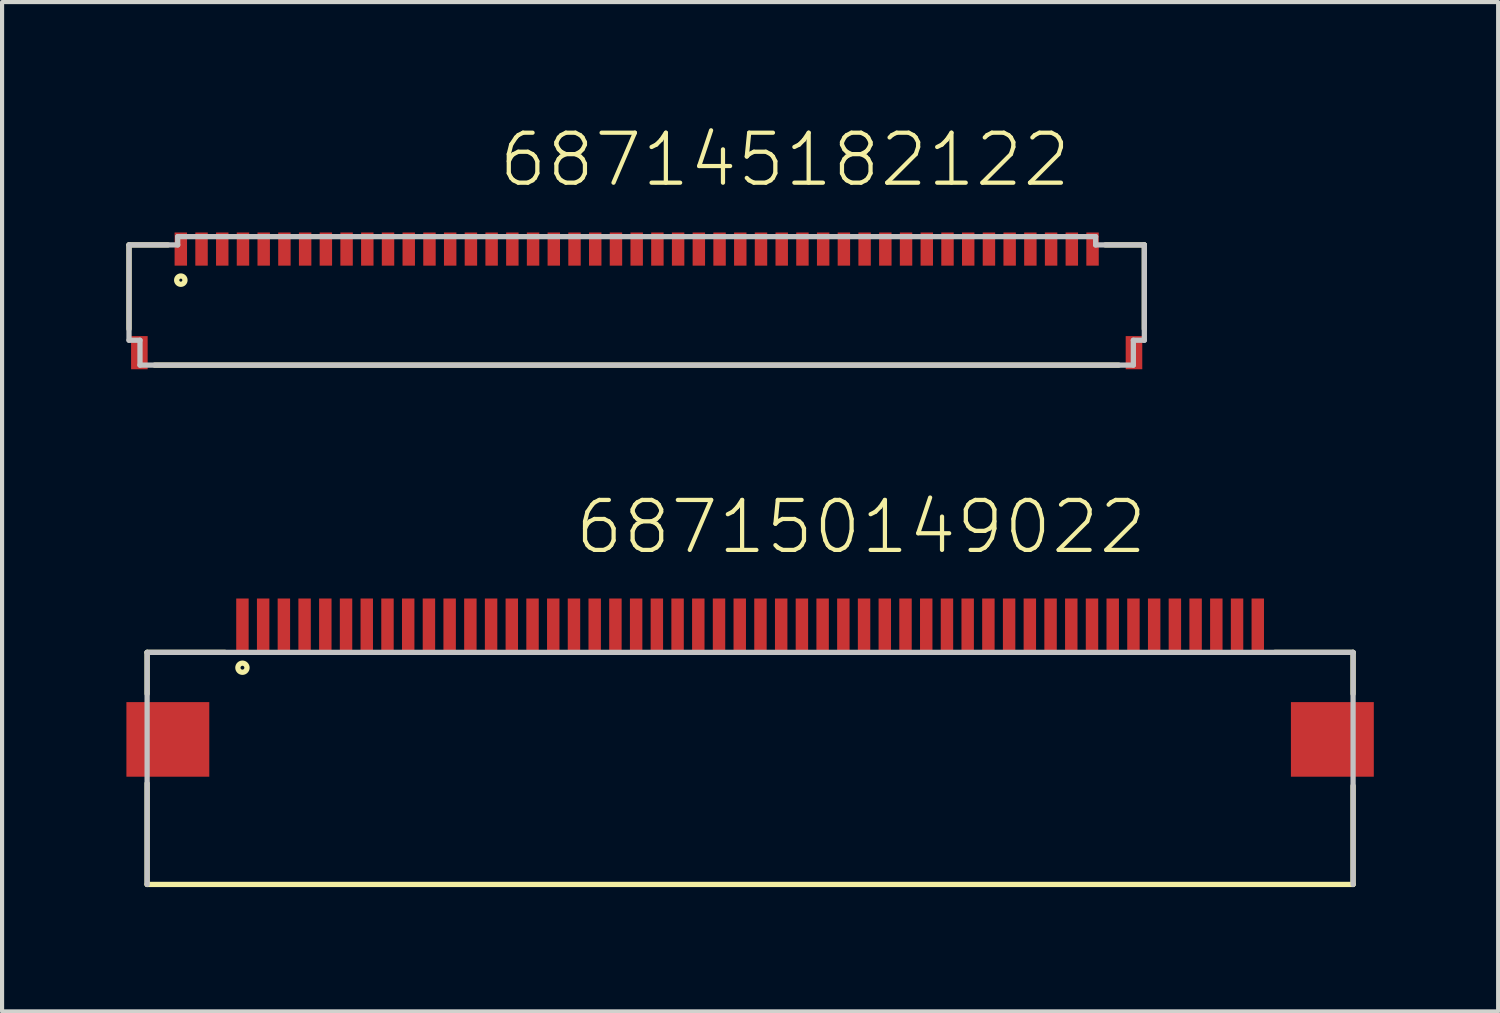
<source format=kicad_pcb>
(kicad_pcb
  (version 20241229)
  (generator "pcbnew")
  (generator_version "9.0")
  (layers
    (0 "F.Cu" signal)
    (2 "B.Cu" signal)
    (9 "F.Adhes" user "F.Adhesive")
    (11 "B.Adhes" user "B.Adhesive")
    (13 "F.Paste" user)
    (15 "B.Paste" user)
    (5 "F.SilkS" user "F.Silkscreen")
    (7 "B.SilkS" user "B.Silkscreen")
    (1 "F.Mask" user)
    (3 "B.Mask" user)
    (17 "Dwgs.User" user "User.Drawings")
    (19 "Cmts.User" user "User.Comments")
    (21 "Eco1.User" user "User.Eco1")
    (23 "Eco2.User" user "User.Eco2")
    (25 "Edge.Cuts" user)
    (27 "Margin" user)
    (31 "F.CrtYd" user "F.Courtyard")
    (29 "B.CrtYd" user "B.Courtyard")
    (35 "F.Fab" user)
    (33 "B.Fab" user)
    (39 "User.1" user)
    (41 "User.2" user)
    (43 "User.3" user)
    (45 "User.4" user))
  (footprint "687150149022"
    (layer "F.Cu")
    (at 15.05 12.042)
    (property "Reference" "687150149022" (at -4.28 -1.67 0) (layer "F.SilkS") (effects (font (size 1.206 1.206) (thickness 0.102)) (justify left bottom)))
    (attr through_hole)
    (fp_line (start -14.55 0.65) (end -14.55 1.65) (stroke (width 0.127) (type solid)) (layer "F.SilkS"))
    (fp_line (start -14.55 3.81) (end -14.55 6.25) (stroke (width 0.127) (type solid)) (layer "F.SilkS"))
    (fp_line (start -12.67 0.65) (end -14.55 0.65) (stroke (width 0.127) (type solid)) (layer "F.SilkS"))
    (fp_line (start 12.66 0.65) (end 14.55 0.65) (stroke (width 0.127) (type solid)) (layer "F.SilkS"))
    (fp_line (start 14.55 0.65) (end 14.55 1.65) (stroke (width 0.127) (type solid)) (layer "F.SilkS"))
    (fp_line (start 14.55 3.87) (end 14.55 6.25) (stroke (width 0.127) (type solid)) (layer "F.SilkS"))
    (fp_line (start 14.55 6.25) (end -14.55 6.25) (stroke (width 0.127) (type solid)) (layer "F.SilkS"))
    (fp_circle (center -12.25 1.02) (end -12.14 1.02) (stroke (width 0.127) (type solid)) (fill no) (layer "F.SilkS"))
    (fp_line (start -14.55 0.65) (end 14.55 0.65) (stroke (width 0.127) (type solid)) (layer "Dwgs.User"))
    (fp_line (start -14.55 6.25) (end -14.55 0.65) (stroke (width 0.127) (type solid)) (layer "Dwgs.User"))
    (fp_line (start 14.55 0.65) (end 14.55 6.25) (stroke (width 0.127) (type solid)) (layer "Dwgs.User"))
    (pad "1" smd rect (at -12.25 0) (size 0.3 1.3) (layers "F.Cu" "F.Mask" "F.Paste"))
    (pad "2" smd rect (at -11.75 0) (size 0.3 1.3) (layers "F.Cu" "F.Mask" "F.Paste"))
    (pad "3" smd rect (at -11.25 0) (size 0.3 1.3) (layers "F.Cu" "F.Mask" "F.Paste"))
    (pad "4" smd rect (at -10.75 0) (size 0.3 1.3) (layers "F.Cu" "F.Mask" "F.Paste"))
    (pad "5" smd rect (at -10.25 0) (size 0.3 1.3) (layers "F.Cu" "F.Mask" "F.Paste"))
    (pad "6" smd rect (at -9.75 0) (size 0.3 1.3) (layers "F.Cu" "F.Mask" "F.Paste"))
    (pad "7" smd rect (at -9.25 0) (size 0.3 1.3) (layers "F.Cu" "F.Mask" "F.Paste"))
    (pad "8" smd rect (at -8.75 0) (size 0.3 1.3) (layers "F.Cu" "F.Mask" "F.Paste"))
    (pad "9" smd rect (at -8.25 0) (size 0.3 1.3) (layers "F.Cu" "F.Mask" "F.Paste"))
    (pad "10" smd rect (at -7.75 0) (size 0.3 1.3) (layers "F.Cu" "F.Mask" "F.Paste"))
    (pad "11" smd rect (at -7.25 0) (size 0.3 1.3) (layers "F.Cu" "F.Mask" "F.Paste"))
    (pad "12" smd rect (at -6.75 0) (size 0.3 1.3) (layers "F.Cu" "F.Mask" "F.Paste"))
    (pad "13" smd rect (at -6.25 0) (size 0.3 1.3) (layers "F.Cu" "F.Mask" "F.Paste"))
    (pad "14" smd rect (at -5.75 0) (size 0.3 1.3) (layers "F.Cu" "F.Mask" "F.Paste"))
    (pad "15" smd rect (at -5.25 0) (size 0.3 1.3) (layers "F.Cu" "F.Mask" "F.Paste"))
    (pad "16" smd rect (at -4.75 0) (size 0.3 1.3) (layers "F.Cu" "F.Mask" "F.Paste"))
    (pad "17" smd rect (at -4.25 0) (size 0.3 1.3) (layers "F.Cu" "F.Mask" "F.Paste"))
    (pad "18" smd rect (at -3.75 0) (size 0.3 1.3) (layers "F.Cu" "F.Mask" "F.Paste"))
    (pad "19" smd rect (at -3.25 0) (size 0.3 1.3) (layers "F.Cu" "F.Mask" "F.Paste"))
    (pad "20" smd rect (at -2.75 0) (size 0.3 1.3) (layers "F.Cu" "F.Mask" "F.Paste"))
    (pad "21" smd rect (at -2.25 0) (size 0.3 1.3) (layers "F.Cu" "F.Mask" "F.Paste"))
    (pad "22" smd rect (at -1.75 0) (size 0.3 1.3) (layers "F.Cu" "F.Mask" "F.Paste"))
    (pad "23" smd rect (at -1.25 0) (size 0.3 1.3) (layers "F.Cu" "F.Mask" "F.Paste"))
    (pad "24" smd rect (at -0.75 0) (size 0.3 1.3) (layers "F.Cu" "F.Mask" "F.Paste"))
    (pad "25" smd rect (at -0.25 0) (size 0.3 1.3) (layers "F.Cu" "F.Mask" "F.Paste"))
    (pad "26" smd rect (at 0.25 0) (size 0.3 1.3) (layers "F.Cu" "F.Mask" "F.Paste"))
    (pad "27" smd rect (at 0.75 0) (size 0.3 1.3) (layers "F.Cu" "F.Mask" "F.Paste"))
    (pad "28" smd rect (at 1.25 0) (size 0.3 1.3) (layers "F.Cu" "F.Mask" "F.Paste"))
    (pad "29" smd rect (at 1.75 0) (size 0.3 1.3) (layers "F.Cu" "F.Mask" "F.Paste"))
    (pad "30" smd rect (at 2.25 0) (size 0.3 1.3) (layers "F.Cu" "F.Mask" "F.Paste"))
    (pad "31" smd rect (at 2.75 0) (size 0.3 1.3) (layers "F.Cu" "F.Mask" "F.Paste"))
    (pad "32" smd rect (at 3.25 0) (size 0.3 1.3) (layers "F.Cu" "F.Mask" "F.Paste"))
    (pad "33" smd rect (at 3.75 0) (size 0.3 1.3) (layers "F.Cu" "F.Mask" "F.Paste"))
    (pad "34" smd rect (at 4.25 0) (size 0.3 1.3) (layers "F.Cu" "F.Mask" "F.Paste"))
    (pad "35" smd rect (at 4.75 0) (size 0.3 1.3) (layers "F.Cu" "F.Mask" "F.Paste"))
    (pad "36" smd rect (at 5.25 0) (size 0.3 1.3) (layers "F.Cu" "F.Mask" "F.Paste"))
    (pad "37" smd rect (at 5.75 0) (size 0.3 1.3) (layers "F.Cu" "F.Mask" "F.Paste"))
    (pad "38" smd rect (at 6.25 0) (size 0.3 1.3) (layers "F.Cu" "F.Mask" "F.Paste"))
    (pad "39" smd rect (at 6.75 0) (size 0.3 1.3) (layers "F.Cu" "F.Mask" "F.Paste"))
    (pad "40" smd rect (at 7.25 0) (size 0.3 1.3) (layers "F.Cu" "F.Mask" "F.Paste"))
    (pad "41" smd rect (at 7.75 0) (size 0.3 1.3) (layers "F.Cu" "F.Mask" "F.Paste"))
    (pad "42" smd rect (at 8.25 0) (size 0.3 1.3) (layers "F.Cu" "F.Mask" "F.Paste"))
    (pad "43" smd rect (at 8.75 0) (size 0.3 1.3) (layers "F.Cu" "F.Mask" "F.Paste"))
    (pad "44" smd rect (at 9.25 0) (size 0.3 1.3) (layers "F.Cu" "F.Mask" "F.Paste"))
    (pad "45" smd rect (at 9.75 0) (size 0.3 1.3) (layers "F.Cu" "F.Mask" "F.Paste"))
    (pad "46" smd rect (at 10.25 0) (size 0.3 1.3) (layers "F.Cu" "F.Mask" "F.Paste"))
    (pad "47" smd rect (at 10.75 0) (size 0.3 1.3) (layers "F.Cu" "F.Mask" "F.Paste"))
    (pad "48" smd rect (at 11.25 0) (size 0.3 1.3) (layers "F.Cu" "F.Mask" "F.Paste"))
    (pad "49" smd rect (at 11.75 0) (size 0.3 1.3) (layers "F.Cu" "F.Mask" "F.Paste"))
    (pad "50" smd rect (at 12.25 0) (size 0.3 1.3) (layers "F.Cu" "F.Mask" "F.Paste"))
    (pad "Z1" smd rect (at -14.05 2.75) (size 2 1.8) (layers "F.Cu" "F.Mask" "F.Paste"))
    (pad "Z2" smd rect (at 14.05 2.75) (size 2 1.8) (layers "F.Cu" "F.Mask" "F.Paste")))
  (footprint "687145182122"
    (layer "F.Cu")
    (at 12.063 4.21)
    (property "Reference" "687145182122" (at -3.133 -2.699 0) (layer "F.SilkS") (effects (font (size 1.206 1.206) (thickness 0.102)) (justify left bottom)))
    (attr through_hole)
    (fp_line (start -12 -1.35) (end -12 0.68) (stroke (width 0.127) (type solid)) (layer "F.SilkS"))
    (fp_line (start -11.38 1.55) (end 11.88 1.55) (stroke (width 0.127) (type solid)) (layer "F.SilkS"))
    (fp_line (start -11.06 -1.35) (end -12 -1.35) (stroke (width 0.127) (type solid)) (layer "F.SilkS"))
    (fp_line (start 12.5 -1.35) (end 11.56 -1.35) (stroke (width 0.127) (type solid)) (layer "F.SilkS"))
    (fp_line (start 12.5 -1.35) (end 12.5 0.68) (stroke (width 0.127) (type solid)) (layer "F.SilkS"))
    (fp_circle (center -10.75 -0.5) (end -10.65 -0.5) (stroke (width 0.127) (type solid)) (fill no) (layer "F.SilkS"))
    (fp_line (start -12 -1.35) (end -12 0.95) (stroke (width 0.127) (type solid)) (layer "Dwgs.User"))
    (fp_line (start -12 -1.35) (end -10.825 -1.35) (stroke (width 0.127) (type solid)) (layer "Dwgs.User"))
    (fp_line (start -12 0.95) (end -11.735 0.95) (stroke (width 0.127) (type solid)) (layer "Dwgs.User"))
    (fp_line (start -11.735 1.55) (end -11.735 0.95) (stroke (width 0.127) (type solid)) (layer "Dwgs.User"))
    (fp_line (start -11.735 1.55) (end 12.235 1.55) (stroke (width 0.127) (type solid)) (layer "Dwgs.User"))
    (fp_line (start -10.825 -1.55) (end -10.825 -1.35) (stroke (width 0.127) (type solid)) (layer "Dwgs.User"))
    (fp_line (start -10.825 -1.55) (end 11.325 -1.55) (stroke (width 0.127) (type solid)) (layer "Dwgs.User"))
    (fp_line (start 11.325 -1.55) (end 11.325 -1.35) (stroke (width 0.127) (type solid)) (layer "Dwgs.User"))
    (fp_line (start 11.325 -1.35) (end 12.5 -1.35) (stroke (width 0.127) (type solid)) (layer "Dwgs.User"))
    (fp_line (start 12.235 0.95) (end 12.5 0.95) (stroke (width 0.127) (type solid)) (layer "Dwgs.User"))
    (fp_line (start 12.235 1.55) (end 12.235 0.95) (stroke (width 0.127) (type solid)) (layer "Dwgs.User"))
    (fp_line (start 12.5 -1.35) (end 12.5 0.95) (stroke (width 0.127) (type solid)) (layer "Dwgs.User"))
    (pad "1" smd rect (at -10.75 -1.25 90) (size 0.8 0.3) (layers "F.Cu" "F.Mask" "F.Paste"))
    (pad "2" smd rect (at -10.25 -1.25 90) (size 0.8 0.3) (layers "F.Cu" "F.Mask" "F.Paste"))
    (pad "3" smd rect (at -9.75 -1.25 90) (size 0.8 0.3) (layers "F.Cu" "F.Mask" "F.Paste"))
    (pad "4" smd rect (at -9.25 -1.25 90) (size 0.8 0.3) (layers "F.Cu" "F.Mask" "F.Paste"))
    (pad "5" smd rect (at -8.75 -1.25 90) (size 0.8 0.3) (layers "F.Cu" "F.Mask" "F.Paste"))
    (pad "6" smd rect (at -8.25 -1.25 90) (size 0.8 0.3) (layers "F.Cu" "F.Mask" "F.Paste"))
    (pad "7" smd rect (at -7.75 -1.25 90) (size 0.8 0.3) (layers "F.Cu" "F.Mask" "F.Paste"))
    (pad "8" smd rect (at -7.25 -1.25 90) (size 0.8 0.3) (layers "F.Cu" "F.Mask" "F.Paste"))
    (pad "9" smd rect (at -6.75 -1.25 90) (size 0.8 0.3) (layers "F.Cu" "F.Mask" "F.Paste"))
    (pad "10" smd rect (at -6.25 -1.25 90) (size 0.8 0.3) (layers "F.Cu" "F.Mask" "F.Paste"))
    (pad "11" smd rect (at -5.75 -1.25 90) (size 0.8 0.3) (layers "F.Cu" "F.Mask" "F.Paste"))
    (pad "12" smd rect (at -5.25 -1.25 90) (size 0.8 0.3) (layers "F.Cu" "F.Mask" "F.Paste"))
    (pad "13" smd rect (at -4.75 -1.25 90) (size 0.8 0.3) (layers "F.Cu" "F.Mask" "F.Paste"))
    (pad "14" smd rect (at -4.25 -1.25 90) (size 0.8 0.3) (layers "F.Cu" "F.Mask" "F.Paste"))
    (pad "15" smd rect (at -3.75 -1.25 90) (size 0.8 0.3) (layers "F.Cu" "F.Mask" "F.Paste"))
    (pad "16" smd rect (at -3.25 -1.25 90) (size 0.8 0.3) (layers "F.Cu" "F.Mask" "F.Paste"))
    (pad "17" smd rect (at -2.75 -1.25 90) (size 0.8 0.3) (layers "F.Cu" "F.Mask" "F.Paste"))
    (pad "18" smd rect (at -2.25 -1.25 90) (size 0.8 0.3) (layers "F.Cu" "F.Mask" "F.Paste"))
    (pad "19" smd rect (at -1.75 -1.25 90) (size 0.8 0.3) (layers "F.Cu" "F.Mask" "F.Paste"))
    (pad "20" smd rect (at -1.25 -1.25 90) (size 0.8 0.3) (layers "F.Cu" "F.Mask" "F.Paste"))
    (pad "21" smd rect (at -0.75 -1.25 90) (size 0.8 0.3) (layers "F.Cu" "F.Mask" "F.Paste"))
    (pad "22" smd rect (at -0.25 -1.25 90) (size 0.8 0.3) (layers "F.Cu" "F.Mask" "F.Paste"))
    (pad "23" smd rect (at 0.25 -1.25 90) (size 0.8 0.3) (layers "F.Cu" "F.Mask" "F.Paste"))
    (pad "24" smd rect (at 0.75 -1.25 90) (size 0.8 0.3) (layers "F.Cu" "F.Mask" "F.Paste"))
    (pad "25" smd rect (at 1.25 -1.25 90) (size 0.8 0.3) (layers "F.Cu" "F.Mask" "F.Paste"))
    (pad "26" smd rect (at 1.75 -1.25 90) (size 0.8 0.3) (layers "F.Cu" "F.Mask" "F.Paste"))
    (pad "27" smd rect (at 2.25 -1.25 90) (size 0.8 0.3) (layers "F.Cu" "F.Mask" "F.Paste"))
    (pad "28" smd rect (at 2.75 -1.25 90) (size 0.8 0.3) (layers "F.Cu" "F.Mask" "F.Paste"))
    (pad "29" smd rect (at 3.25 -1.25 90) (size 0.8 0.3) (layers "F.Cu" "F.Mask" "F.Paste"))
    (pad "30" smd rect (at 3.75 -1.25 90) (size 0.8 0.3) (layers "F.Cu" "F.Mask" "F.Paste"))
    (pad "31" smd rect (at 4.25 -1.25 90) (size 0.8 0.3) (layers "F.Cu" "F.Mask" "F.Paste"))
    (pad "32" smd rect (at 4.75 -1.25 90) (size 0.8 0.3) (layers "F.Cu" "F.Mask" "F.Paste"))
    (pad "33" smd rect (at 5.25 -1.25 90) (size 0.8 0.3) (layers "F.Cu" "F.Mask" "F.Paste"))
    (pad "34" smd rect (at 5.75 -1.25 90) (size 0.8 0.3) (layers "F.Cu" "F.Mask" "F.Paste"))
    (pad "35" smd rect (at 6.25 -1.25 90) (size 0.8 0.3) (layers "F.Cu" "F.Mask" "F.Paste"))
    (pad "36" smd rect (at 6.75 -1.25 90) (size 0.8 0.3) (layers "F.Cu" "F.Mask" "F.Paste"))
    (pad "37" smd rect (at 7.25 -1.25 90) (size 0.8 0.3) (layers "F.Cu" "F.Mask" "F.Paste"))
    (pad "38" smd rect (at 7.75 -1.25 90) (size 0.8 0.3) (layers "F.Cu" "F.Mask" "F.Paste"))
    (pad "39" smd rect (at 8.25 -1.25 90) (size 0.8 0.3) (layers "F.Cu" "F.Mask" "F.Paste"))
    (pad "40" smd rect (at 8.75 -1.25 90) (size 0.8 0.3) (layers "F.Cu" "F.Mask" "F.Paste"))
    (pad "41" smd rect (at 9.25 -1.25 90) (size 0.8 0.3) (layers "F.Cu" "F.Mask" "F.Paste"))
    (pad "42" smd rect (at 9.75 -1.25 90) (size 0.8 0.3) (layers "F.Cu" "F.Mask" "F.Paste"))
    (pad "43" smd rect (at 10.25 -1.25 90) (size 0.8 0.3) (layers "F.Cu" "F.Mask" "F.Paste"))
    (pad "44" smd rect (at 10.75 -1.25 90) (size 0.8 0.3) (layers "F.Cu" "F.Mask" "F.Paste"))
    (pad "45" smd rect (at 11.25 -1.25 90) (size 0.8 0.3) (layers "F.Cu" "F.Mask" "F.Paste"))
    (pad "Z1" smd rect (at -11.75 1.25 90) (size 0.8 0.4) (layers "F.Cu" "F.Mask" "F.Paste"))
    (pad "Z2" smd rect (at 12.25 1.25 90) (size 0.8 0.4) (layers "F.Cu" "F.Mask" "F.Paste")))
  (gr_rect
    (start -3 -3)
    (end 33.1 21.355)
    (stroke (width 0.1) (type default))
    (fill no)
    (layer "Edge.Cuts")))
</source>
